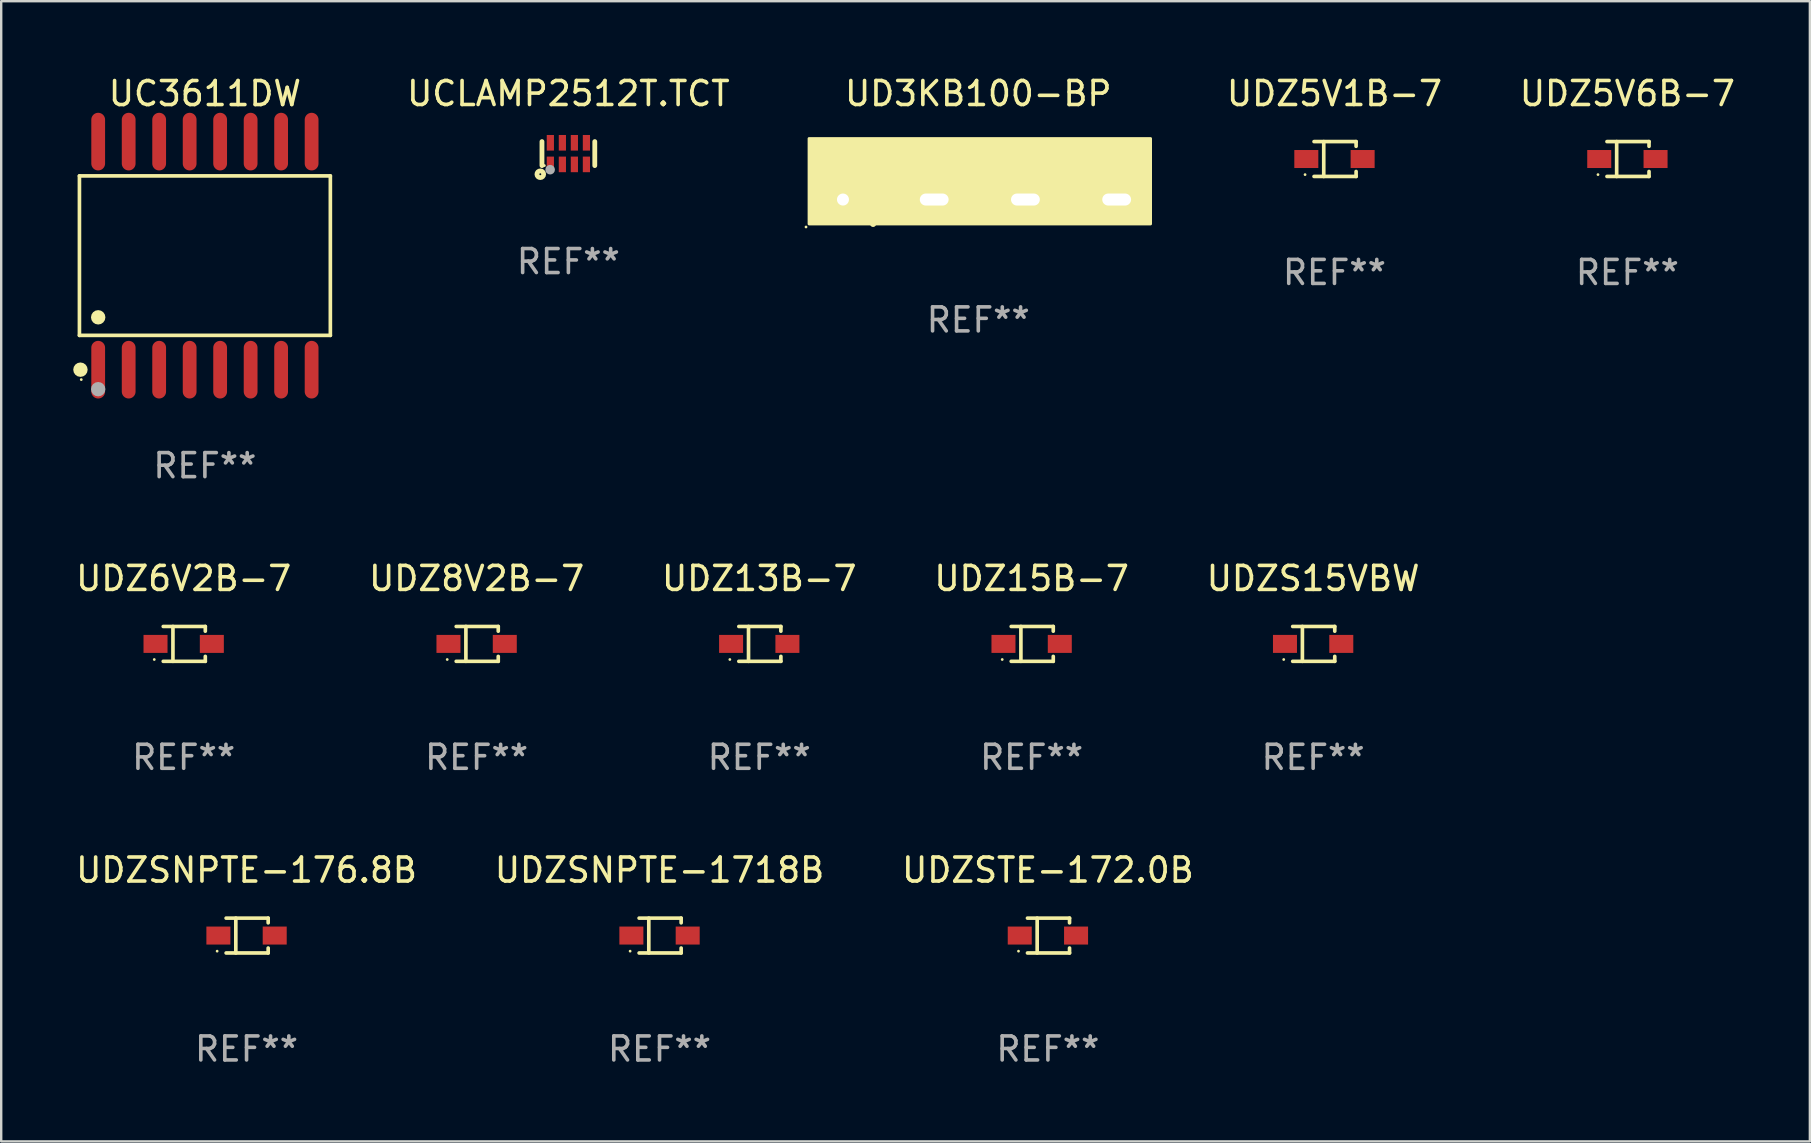
<source format=kicad_pcb>
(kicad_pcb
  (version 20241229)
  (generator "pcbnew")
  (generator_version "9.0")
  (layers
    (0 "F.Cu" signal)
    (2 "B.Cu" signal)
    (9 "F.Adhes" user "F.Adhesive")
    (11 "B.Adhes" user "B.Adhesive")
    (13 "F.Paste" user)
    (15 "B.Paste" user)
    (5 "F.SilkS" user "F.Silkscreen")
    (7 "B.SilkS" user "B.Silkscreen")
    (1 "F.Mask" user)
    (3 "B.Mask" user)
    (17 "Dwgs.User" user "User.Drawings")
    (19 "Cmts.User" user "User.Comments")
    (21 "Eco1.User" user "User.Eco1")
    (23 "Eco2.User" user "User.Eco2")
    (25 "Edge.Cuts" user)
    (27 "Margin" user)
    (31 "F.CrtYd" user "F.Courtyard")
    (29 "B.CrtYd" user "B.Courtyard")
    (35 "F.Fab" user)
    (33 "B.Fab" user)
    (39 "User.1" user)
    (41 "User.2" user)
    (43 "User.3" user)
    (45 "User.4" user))
  (footprint "UDZ13B-7"
    (layer "F.Cu")
    (at 28.577 23.772)
    (property "Reference" "UDZ13B-7" (at 0 -2.726 0) (layer "F.SilkS") (effects (font (size 1 1) (thickness 0.15))))
    (attr through_hole)
    (fp_line (start -0.851 -0.726) (end 0.901 -0.726) (stroke (width 0.152) (type solid)) (layer "F.SilkS"))
    (fp_line (start -0.851 0.726) (end 0.901 0.726) (stroke (width 0.152) (type solid)) (layer "F.SilkS"))
    (fp_line (start -0.447 -0.726) (end -0.447 0.726) (stroke (width 0.152) (type solid)) (layer "F.SilkS"))
    (fp_line (start 0.901 -0.726) (end 0.901 -0.53) (stroke (width 0.152) (type solid)) (layer "F.SilkS"))
    (fp_line (start 0.901 0.726) (end 0.901 0.52) (stroke (width 0.152) (type solid)) (layer "F.SilkS"))
    (fp_circle (center -1.225 0.65) (end -1.195 0.65) (stroke (width 0.06) (type solid)) (fill no) (layer "F.SilkS"))
    (fp_text user "REF**" (at 0 4.726 0) (layer "F.Fab") (effects (font (size 1 1) (thickness 0.15))))
    (pad "1" smd rect (at -1.173 0) (size 1 0.75) (layers "F.Cu" "F.Mask" "F.Paste"))
    (pad "2" smd rect (at 1.173 0) (size 1 0.75) (layers "F.Cu" "F.Mask" "F.Paste")))
  (footprint "UDZ15B-7"
    (layer "F.Cu")
    (at 39.923 23.772)
    (property "Reference" "UDZ15B-7" (at 0 -2.726 0) (layer "F.SilkS") (effects (font (size 1 1) (thickness 0.15))))
    (attr through_hole)
    (fp_line (start -0.851 -0.726) (end 0.901 -0.726) (stroke (width 0.152) (type solid)) (layer "F.SilkS"))
    (fp_line (start -0.851 0.726) (end 0.901 0.726) (stroke (width 0.152) (type solid)) (layer "F.SilkS"))
    (fp_line (start -0.447 -0.726) (end -0.447 0.726) (stroke (width 0.152) (type solid)) (layer "F.SilkS"))
    (fp_line (start 0.901 -0.726) (end 0.901 -0.53) (stroke (width 0.152) (type solid)) (layer "F.SilkS"))
    (fp_line (start 0.901 0.726) (end 0.901 0.52) (stroke (width 0.152) (type solid)) (layer "F.SilkS"))
    (fp_circle (center -1.225 0.65) (end -1.195 0.65) (stroke (width 0.06) (type solid)) (fill no) (layer "F.SilkS"))
    (fp_text user "REF**" (at 0 4.726 0) (layer "F.Fab") (effects (font (size 1 1) (thickness 0.15))))
    (pad "1" smd rect (at -1.173 0) (size 1 0.75) (layers "F.Cu" "F.Mask" "F.Paste"))
    (pad "2" smd rect (at 1.173 0) (size 1 0.75) (layers "F.Cu" "F.Mask" "F.Paste")))
  (footprint "UDZ5V1B-7"
    (layer "F.Cu")
    (at 52.538 3.574)
    (property "Reference" "UDZ5V1B-7" (at 0 -2.726 0) (layer "F.SilkS") (effects (font (size 1 1) (thickness 0.15))))
    (attr through_hole)
    (fp_line (start -0.851 -0.726) (end 0.901 -0.726) (stroke (width 0.152) (type solid)) (layer "F.SilkS"))
    (fp_line (start -0.851 0.726) (end 0.901 0.726) (stroke (width 0.152) (type solid)) (layer "F.SilkS"))
    (fp_line (start -0.447 -0.726) (end -0.447 0.726) (stroke (width 0.152) (type solid)) (layer "F.SilkS"))
    (fp_line (start 0.901 -0.726) (end 0.901 -0.53) (stroke (width 0.152) (type solid)) (layer "F.SilkS"))
    (fp_line (start 0.901 0.726) (end 0.901 0.52) (stroke (width 0.152) (type solid)) (layer "F.SilkS"))
    (fp_circle (center -1.225 0.65) (end -1.195 0.65) (stroke (width 0.06) (type solid)) (fill no) (layer "F.SilkS"))
    (fp_text user "REF**" (at 0 4.726 0) (layer "F.Fab") (effects (font (size 1 1) (thickness 0.15))))
    (pad "1" smd rect (at -1.173 0) (size 1 0.75) (layers "F.Cu" "F.Mask" "F.Paste"))
    (pad "2" smd rect (at 1.173 0) (size 1 0.75) (layers "F.Cu" "F.Mask" "F.Paste")))
  (footprint "UDZSTE-172.0B"
    (layer "F.Cu")
    (at 40.601 35.921)
    (property "Reference" "UDZSTE-172.0B" (at 0 -2.726 0) (layer "F.SilkS") (effects (font (size 1 1) (thickness 0.15))))
    (attr through_hole)
    (fp_line (start -0.851 -0.726) (end 0.901 -0.726) (stroke (width 0.152) (type solid)) (layer "F.SilkS"))
    (fp_line (start -0.851 0.726) (end 0.901 0.726) (stroke (width 0.152) (type solid)) (layer "F.SilkS"))
    (fp_line (start -0.447 -0.726) (end -0.447 0.726) (stroke (width 0.152) (type solid)) (layer "F.SilkS"))
    (fp_line (start 0.901 -0.726) (end 0.901 -0.53) (stroke (width 0.152) (type solid)) (layer "F.SilkS"))
    (fp_line (start 0.901 0.726) (end 0.901 0.52) (stroke (width 0.152) (type solid)) (layer "F.SilkS"))
    (fp_circle (center -1.225 0.65) (end -1.195 0.65) (stroke (width 0.06) (type solid)) (fill no) (layer "F.SilkS"))
    (fp_text user "REF**" (at 0 4.726 0) (layer "F.Fab") (effects (font (size 1 1) (thickness 0.15))))
    (pad "1" smd rect (at -1.173 0) (size 1 0.75) (layers "F.Cu" "F.Mask" "F.Paste"))
    (pad "2" smd rect (at 1.173 0) (size 1 0.75) (layers "F.Cu" "F.Mask" "F.Paste")))
  (footprint "UC3611DW"
    (layer "F.Cu")
    (at 5.485 7.599)
    (property "Reference" "UC3611DW" (at 0 -6.75 0) (layer "F.SilkS") (effects (font (size 1 1) (thickness 0.15))))
    (attr through_hole)
    (fp_line (start -5.226 -3.321) (end 5.226 -3.321) (stroke (width 0.152) (type solid)) (layer "F.SilkS"))
    (fp_line (start -5.226 3.321) (end -5.226 -3.321) (stroke (width 0.152) (type solid)) (layer "F.SilkS"))
    (fp_line (start 5.226 -3.321) (end 5.226 3.321) (stroke (width 0.152) (type solid)) (layer "F.SilkS"))
    (fp_line (start 5.226 3.321) (end -5.226 3.321) (stroke (width 0.152) (type solid)) (layer "F.SilkS"))
    (fp_circle (center -5.184 4.75) (end -5.034 4.75) (stroke (width 0.3) (type solid)) (fill no) (layer "F.SilkS"))
    (fp_circle (center -5.15 5.163) (end -5.12 5.163) (stroke (width 0.06) (type solid)) (fill no) (layer "F.SilkS"))
    (fp_circle (center -4.445 2.569) (end -4.295 2.569) (stroke (width 0.3) (type solid)) (fill no) (layer "F.SilkS"))
    (fp_circle (center -4.445 5.563) (end -4.295 5.563) (stroke (width 0.3) (type solid)) (fill no) (layer "F.Fab"))
    (fp_text user "REF**" (at 0 8.75 0) (layer "F.Fab") (effects (font (size 1 1) (thickness 0.15))))
    (pad "1" smd oval (at -4.445 4.75) (size 0.574 2.401) (layers "F.Cu" "F.Mask" "F.Paste"))
    (pad "2" smd oval (at -3.175 4.75) (size 0.574 2.401) (layers "F.Cu" "F.Mask" "F.Paste"))
    (pad "3" smd oval (at -1.905 4.75) (size 0.574 2.401) (layers "F.Cu" "F.Mask" "F.Paste"))
    (pad "4" smd oval (at -0.635 4.75) (size 0.574 2.401) (layers "F.Cu" "F.Mask" "F.Paste"))
    (pad "5" smd oval (at 0.635 4.75) (size 0.574 2.401) (layers "F.Cu" "F.Mask" "F.Paste"))
    (pad "6" smd oval (at 1.905 4.75) (size 0.574 2.401) (layers "F.Cu" "F.Mask" "F.Paste"))
    (pad "7" smd oval (at 3.175 4.75) (size 0.574 2.401) (layers "F.Cu" "F.Mask" "F.Paste"))
    (pad "8" smd oval (at 4.445 4.75) (size 0.574 2.401) (layers "F.Cu" "F.Mask" "F.Paste"))
    (pad "9" smd oval (at 4.445 -4.75) (size 0.574 2.401) (layers "F.Cu" "F.Mask" "F.Paste"))
    (pad "10" smd oval (at 3.175 -4.75) (size 0.574 2.401) (layers "F.Cu" "F.Mask" "F.Paste"))
    (pad "11" smd oval (at 1.905 -4.75) (size 0.574 2.401) (layers "F.Cu" "F.Mask" "F.Paste"))
    (pad "12" smd oval (at 0.635 -4.75) (size 0.574 2.401) (layers "F.Cu" "F.Mask" "F.Paste"))
    (pad "13" smd oval (at -0.635 -4.75) (size 0.574 2.401) (layers "F.Cu" "F.Mask" "F.Paste"))
    (pad "14" smd oval (at -1.905 -4.75) (size 0.574 2.401) (layers "F.Cu" "F.Mask" "F.Paste"))
    (pad "15" smd oval (at -3.175 -4.75) (size 0.574 2.401) (layers "F.Cu" "F.Mask" "F.Paste"))
    (pad "16" smd oval (at -4.445 -4.75) (size 0.574 2.401) (layers "F.Cu" "F.Mask" "F.Paste")))
  (footprint "UDZSNPTE-176.8B"
    (layer "F.Cu")
    (at 7.22 35.921)
    (property "Reference" "UDZSNPTE-176.8B" (at 0 -2.726 0) (layer "F.SilkS") (effects (font (size 1 1) (thickness 0.15))))
    (attr through_hole)
    (fp_line (start -0.851 -0.726) (end 0.901 -0.726) (stroke (width 0.152) (type solid)) (layer "F.SilkS"))
    (fp_line (start -0.851 0.726) (end 0.901 0.726) (stroke (width 0.152) (type solid)) (layer "F.SilkS"))
    (fp_line (start -0.447 -0.726) (end -0.447 0.726) (stroke (width 0.152) (type solid)) (layer "F.SilkS"))
    (fp_line (start 0.901 -0.726) (end 0.901 -0.53) (stroke (width 0.152) (type solid)) (layer "F.SilkS"))
    (fp_line (start 0.901 0.726) (end 0.901 0.52) (stroke (width 0.152) (type solid)) (layer "F.SilkS"))
    (fp_circle (center -1.225 0.65) (end -1.195 0.65) (stroke (width 0.06) (type solid)) (fill no) (layer "F.SilkS"))
    (fp_text user "REF**" (at 0 4.726 0) (layer "F.Fab") (effects (font (size 1 1) (thickness 0.15))))
    (pad "1" smd rect (at -1.173 0) (size 1 0.75) (layers "F.Cu" "F.Mask" "F.Paste"))
    (pad "2" smd rect (at 1.173 0) (size 1 0.75) (layers "F.Cu" "F.Mask" "F.Paste")))
  (footprint "UDZ8V2B-7"
    (layer "F.Cu")
    (at 16.804 23.772)
    (property "Reference" "UDZ8V2B-7" (at 0 -2.726 0) (layer "F.SilkS") (effects (font (size 1 1) (thickness 0.15))))
    (attr through_hole)
    (fp_line (start -0.851 -0.726) (end 0.901 -0.726) (stroke (width 0.152) (type solid)) (layer "F.SilkS"))
    (fp_line (start -0.851 0.726) (end 0.901 0.726) (stroke (width 0.152) (type solid)) (layer "F.SilkS"))
    (fp_line (start -0.447 -0.726) (end -0.447 0.726) (stroke (width 0.152) (type solid)) (layer "F.SilkS"))
    (fp_line (start 0.901 -0.726) (end 0.901 -0.53) (stroke (width 0.152) (type solid)) (layer "F.SilkS"))
    (fp_line (start 0.901 0.726) (end 0.901 0.52) (stroke (width 0.152) (type solid)) (layer "F.SilkS"))
    (fp_circle (center -1.225 0.65) (end -1.195 0.65) (stroke (width 0.06) (type solid)) (fill no) (layer "F.SilkS"))
    (fp_text user "REF**" (at 0 4.726 0) (layer "F.Fab") (effects (font (size 1 1) (thickness 0.15))))
    (pad "1" smd rect (at -1.173 0) (size 1 0.75) (layers "F.Cu" "F.Mask" "F.Paste"))
    (pad "2" smd rect (at 1.173 0) (size 1 0.75) (layers "F.Cu" "F.Mask" "F.Paste")))
  (footprint "UDZ6V2B-7"
    (layer "F.Cu")
    (at 4.601 23.772)
    (property "Reference" "UDZ6V2B-7" (at 0 -2.726 0) (layer "F.SilkS") (effects (font (size 1 1) (thickness 0.15))))
    (attr through_hole)
    (fp_line (start -0.851 -0.726) (end 0.901 -0.726) (stroke (width 0.152) (type solid)) (layer "F.SilkS"))
    (fp_line (start -0.851 0.726) (end 0.901 0.726) (stroke (width 0.152) (type solid)) (layer "F.SilkS"))
    (fp_line (start -0.447 -0.726) (end -0.447 0.726) (stroke (width 0.152) (type solid)) (layer "F.SilkS"))
    (fp_line (start 0.901 -0.726) (end 0.901 -0.53) (stroke (width 0.152) (type solid)) (layer "F.SilkS"))
    (fp_line (start 0.901 0.726) (end 0.901 0.52) (stroke (width 0.152) (type solid)) (layer "F.SilkS"))
    (fp_circle (center -1.225 0.65) (end -1.195 0.65) (stroke (width 0.06) (type solid)) (fill no) (layer "F.SilkS"))
    (fp_text user "REF**" (at 0 4.726 0) (layer "F.Fab") (effects (font (size 1 1) (thickness 0.15))))
    (pad "1" smd rect (at -1.173 0) (size 1 0.75) (layers "F.Cu" "F.Mask" "F.Paste"))
    (pad "2" smd rect (at 1.173 0) (size 1 0.75) (layers "F.Cu" "F.Mask" "F.Paste")))
  (footprint "UDZ5V6B-7"
    (layer "F.Cu")
    (at 64.74 3.574)
    (property "Reference" "UDZ5V6B-7" (at 0 -2.726 0) (layer "F.SilkS") (effects (font (size 1 1) (thickness 0.15))))
    (attr through_hole)
    (fp_line (start -0.851 -0.726) (end 0.901 -0.726) (stroke (width 0.152) (type solid)) (layer "F.SilkS"))
    (fp_line (start -0.851 0.726) (end 0.901 0.726) (stroke (width 0.152) (type solid)) (layer "F.SilkS"))
    (fp_line (start -0.447 -0.726) (end -0.447 0.726) (stroke (width 0.152) (type solid)) (layer "F.SilkS"))
    (fp_line (start 0.901 -0.726) (end 0.901 -0.53) (stroke (width 0.152) (type solid)) (layer "F.SilkS"))
    (fp_line (start 0.901 0.726) (end 0.901 0.52) (stroke (width 0.152) (type solid)) (layer "F.SilkS"))
    (fp_circle (center -1.225 0.65) (end -1.195 0.65) (stroke (width 0.06) (type solid)) (fill no) (layer "F.SilkS"))
    (fp_text user "REF**" (at 0 4.726 0) (layer "F.Fab") (effects (font (size 1 1) (thickness 0.15))))
    (pad "1" smd rect (at -1.173 0) (size 1 0.75) (layers "F.Cu" "F.Mask" "F.Paste"))
    (pad "2" smd rect (at 1.173 0) (size 1 0.75) (layers "F.Cu" "F.Mask" "F.Paste")))
  (footprint "UD3KB100-BP"
    (layer "F.Cu")
    (at 37.701 4.563)
    (property "Reference" "UD3KB100-BP" (at 0 -3.715 0) (layer "F.SilkS") (effects (font (size 1 1) (thickness 0.15))))
    (attr through_hole)
    (fp_line (start -6.668 -0.826) (end -4.89 -0.826) (stroke (width 0.254) (type solid)) (layer "F.SilkS"))
    (fp_line (start -5.779 -1.588) (end -5.779 -0.064) (stroke (width 0.254) (type solid)) (layer "F.SilkS"))
    (fp_line (start -4.382 -1.715) (end -4.382 1.715) (stroke (width 0.254) (type solid)) (layer "F.SilkS"))
    (fp_line (start 4.89 -0.699) (end 6.668 -0.699) (stroke (width 0.254) (type solid)) (layer "F.SilkS"))
    (fp_arc (start -2.984544 -0.793777) (mid -2.413043 -0.92869) (end -1.841542 -0.793777) (stroke (width 0.254001) (type solid)) (layer "F.SilkS"))
    (fp_arc (start -0.698539 -0.857277) (mid -1.270041 -0.285775) (end -1.841543 -0.857277) (stroke (width 0.254001) (type solid)) (layer "F.SilkS"))
    (fp_arc (start 0.698463 -0.793777) (mid 1.269964 -0.92869) (end 1.841465 -0.793777) (stroke (width 0.254001) (type solid)) (layer "F.SilkS"))
    (fp_arc (start 2.984468 -0.857277) (mid 2.412967 -0.285776) (end 1.841466 -0.857277) (stroke (width 0.254001) (type solid)) (layer "F.SilkS"))
    (fp_circle (center -7.176 1.842) (end -7.146 1.842) (stroke (width 0.06) (type solid)) (fill no) (layer "F.SilkS"))
    (fp_poly (pts (xy -7.049 -1.842) (xy 7.176 -1.842) (xy 7.176 1.715) (xy -7.049 1.715)) (stroke (width 0.12) (type solid)) (fill yes) (layer "F.SilkS"))
    (fp_text user "REF**" (at 0 5.715 0) (layer "F.Fab") (effects (font (size 1 1) (thickness 0.15))))
    (pad "1" thru_hole rect (at -5.637 0.699) (size 2 1) (drill 0.5) (layers "*.Cu" "*.Mask"))
    (pad "2" thru_hole oval (at -1.836 0.699) (size 2 1) (drill oval 1.2 0.5) (layers "*.Cu" "*.Mask"))
    (pad "3" thru_hole oval (at 1.963 0.699) (size 2 1) (drill oval 1.2 0.5) (layers "*.Cu" "*.Mask"))
    (pad "4" thru_hole oval (at 5.764 0.699) (size 2 1) (drill oval 1.2 0.5) (layers "*.Cu" "*.Mask")))
  (footprint "UDZSNPTE-1718B"
    (layer "F.Cu")
    (at 24.423 35.921)
    (property "Reference" "UDZSNPTE-1718B" (at 0 -2.726 0) (layer "F.SilkS") (effects (font (size 1 1) (thickness 0.15))))
    (attr through_hole)
    (fp_line (start -0.851 -0.726) (end 0.901 -0.726) (stroke (width 0.152) (type solid)) (layer "F.SilkS"))
    (fp_line (start -0.851 0.726) (end 0.901 0.726) (stroke (width 0.152) (type solid)) (layer "F.SilkS"))
    (fp_line (start -0.447 -0.726) (end -0.447 0.726) (stroke (width 0.152) (type solid)) (layer "F.SilkS"))
    (fp_line (start 0.901 -0.726) (end 0.901 -0.53) (stroke (width 0.152) (type solid)) (layer "F.SilkS"))
    (fp_line (start 0.901 0.726) (end 0.901 0.52) (stroke (width 0.152) (type solid)) (layer "F.SilkS"))
    (fp_circle (center -1.225 0.65) (end -1.195 0.65) (stroke (width 0.06) (type solid)) (fill no) (layer "F.SilkS"))
    (fp_text user "REF**" (at 0 4.726 0) (layer "F.Fab") (effects (font (size 1 1) (thickness 0.15))))
    (pad "1" smd rect (at -1.173 0) (size 1 0.75) (layers "F.Cu" "F.Mask" "F.Paste"))
    (pad "2" smd rect (at 1.173 0) (size 1 0.75) (layers "F.Cu" "F.Mask" "F.Paste")))
  (footprint "UDZS15VBW"
    (layer "F.Cu")
    (at 51.649 23.772)
    (property "Reference" "UDZS15VBW" (at 0 -2.726 0) (layer "F.SilkS") (effects (font (size 1 1) (thickness 0.15))))
    (attr through_hole)
    (fp_line (start -0.851 -0.726) (end 0.901 -0.726) (stroke (width 0.152) (type solid)) (layer "F.SilkS"))
    (fp_line (start -0.851 0.726) (end 0.901 0.726) (stroke (width 0.152) (type solid)) (layer "F.SilkS"))
    (fp_line (start -0.447 -0.726) (end -0.447 0.726) (stroke (width 0.152) (type solid)) (layer "F.SilkS"))
    (fp_line (start 0.901 -0.726) (end 0.901 -0.53) (stroke (width 0.152) (type solid)) (layer "F.SilkS"))
    (fp_line (start 0.901 0.726) (end 0.901 0.52) (stroke (width 0.152) (type solid)) (layer "F.SilkS"))
    (fp_circle (center -1.225 0.65) (end -1.195 0.65) (stroke (width 0.06) (type solid)) (fill no) (layer "F.SilkS"))
    (fp_text user "REF**" (at 0 4.726 0) (layer "F.Fab") (effects (font (size 1 1) (thickness 0.15))))
    (pad "1" smd rect (at -1.173 0) (size 1 0.75) (layers "F.Cu" "F.Mask" "F.Paste"))
    (pad "2" smd rect (at 1.173 0) (size 1 0.75) (layers "F.Cu" "F.Mask" "F.Paste")))
  (footprint "UCLAMP2512T.TCT"
    (layer "F.Cu")
    (at 20.626 3.348)
    (property "Reference" "UCLAMP2512T.TCT" (at 0 -2.5 0) (layer "F.SilkS") (effects (font (size 1 1) (thickness 0.15))))
    (attr through_hole)
    (fp_line (start -1.1 0.5) (end -1.1 -0.5) (stroke (width 0.2) (type solid)) (layer "F.SilkS"))
    (fp_line (start 1.1 0.5) (end 1.1 -0.5) (stroke (width 0.2) (type solid)) (layer "F.SilkS"))
    (fp_circle (center -1.17 0.86) (end -1.13 0.86) (stroke (width 0.2) (type solid)) (fill no) (layer "F.SilkS"))
    (fp_circle (center -1 0.5) (end -0.97 0.5) (stroke (width 0.06) (type solid)) (fill no) (layer "F.SilkS"))
    (fp_circle (center -0.76 0.67) (end -0.66 0.67) (stroke (width 0.2) (type solid)) (fill no) (layer "F.Fab"))
    (fp_text user "REF**" (at 0 4.5 0) (layer "F.Fab") (effects (font (size 1 1) (thickness 0.15))))
    (pad "1" smd rect (at -0.751 0.45 180) (size 0.3 0.65) (layers "F.Cu" "F.Mask" "F.Paste"))
    (pad "2" smd rect (at -0.25 0.45 180) (size 0.3 0.65) (layers "F.Cu" "F.Mask" "F.Paste"))
    (pad "3" smd rect (at 0.25 0.45 180) (size 0.3 0.65) (layers "F.Cu" "F.Mask" "F.Paste"))
    (pad "4" smd rect (at 0.751 0.45 180) (size 0.3 0.65) (layers "F.Cu" "F.Mask" "F.Paste"))
    (pad "5" smd rect (at 0.751 -0.45 180) (size 0.3 0.65) (layers "F.Cu" "F.Mask" "F.Paste"))
    (pad "6" smd rect (at 0.25 -0.45 180) (size 0.3 0.65) (layers "F.Cu" "F.Mask" "F.Paste"))
    (pad "7" smd rect (at -0.25 -0.45 180) (size 0.3 0.65) (layers "F.Cu" "F.Mask" "F.Paste"))
    (pad "8" smd rect (at -0.751 -0.45 180) (size 0.3 0.65) (layers "F.Cu" "F.Mask" "F.Paste")))
  (gr_rect
    (start -3 -3)
    (end 72.341 44.495)
    (stroke (width 0.1) (type default))
    (fill no)
    (layer "Edge.Cuts")))
</source>
